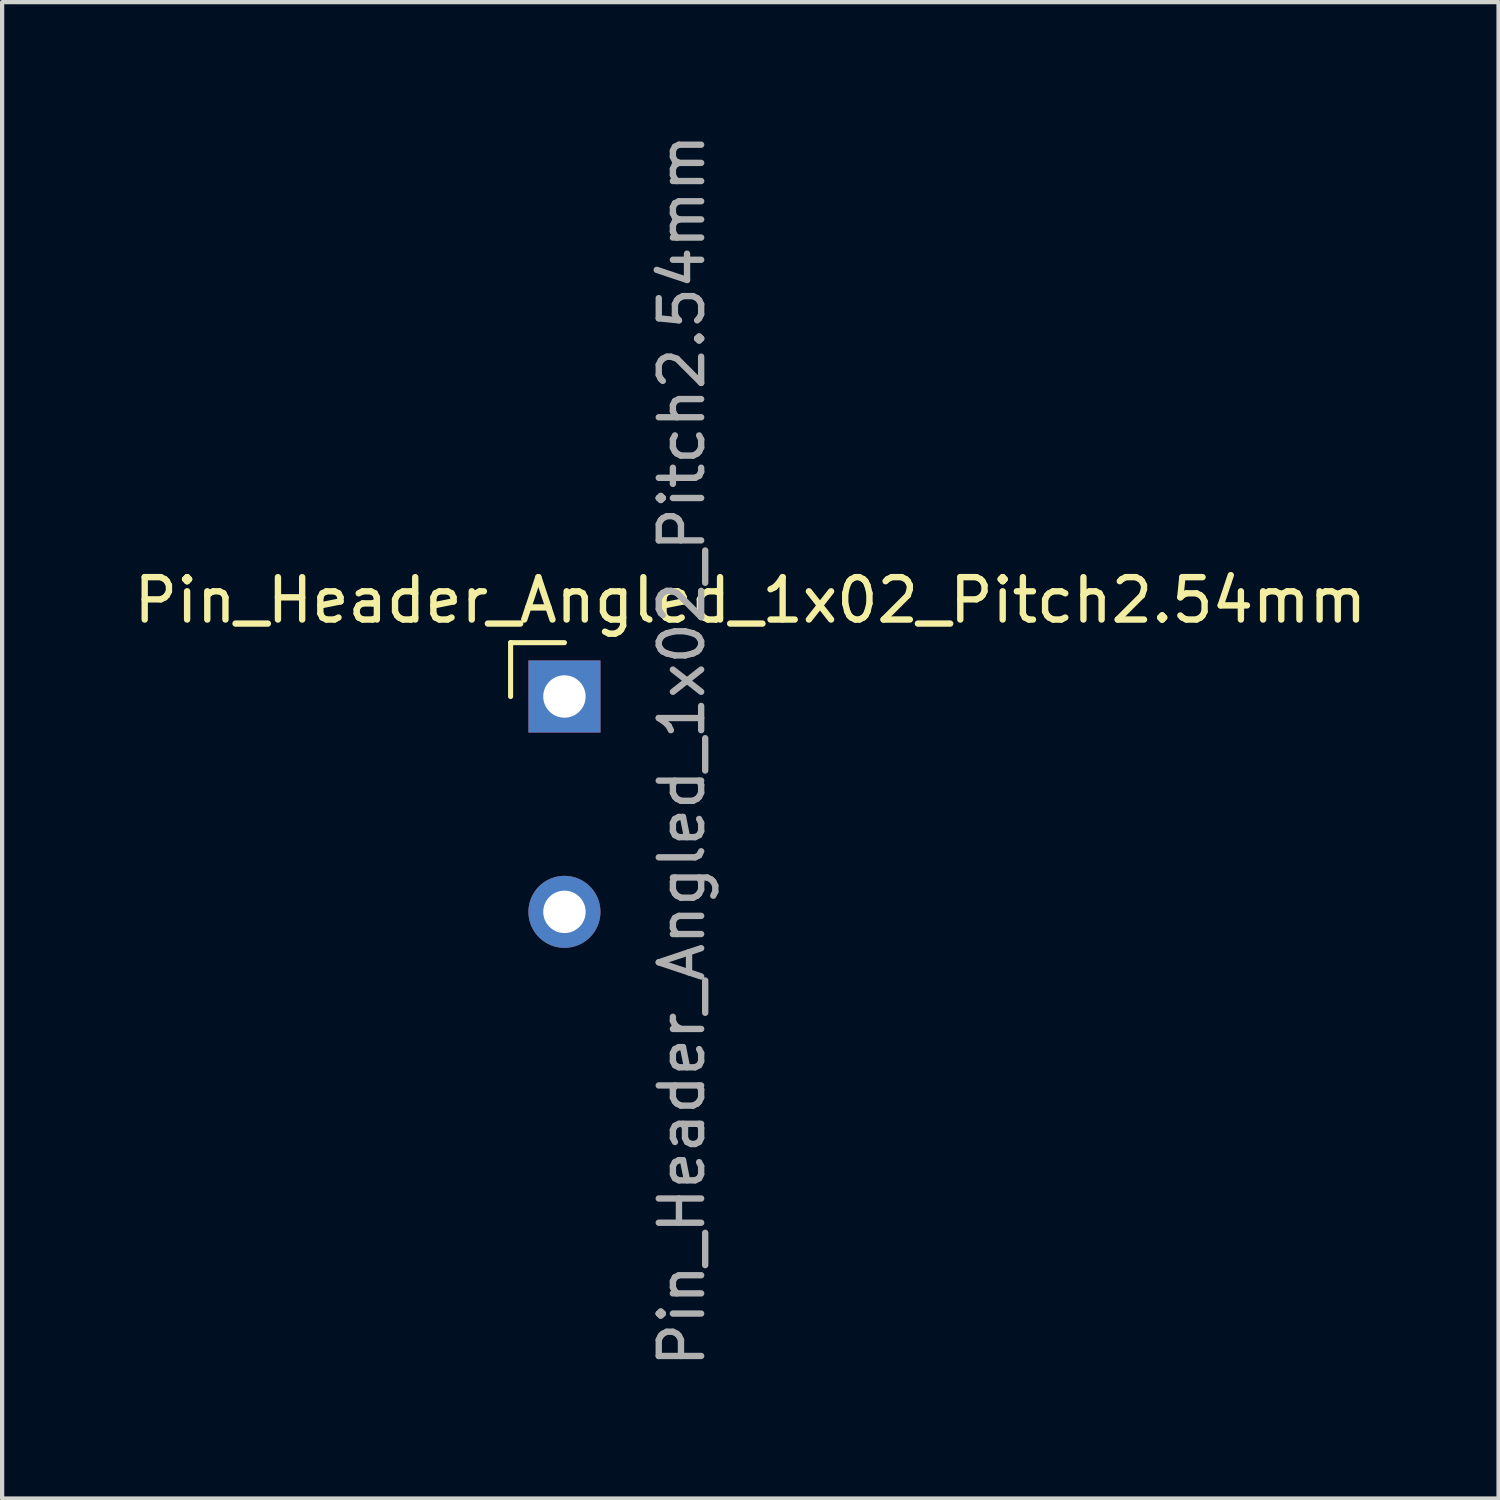
<source format=kicad_pcb>
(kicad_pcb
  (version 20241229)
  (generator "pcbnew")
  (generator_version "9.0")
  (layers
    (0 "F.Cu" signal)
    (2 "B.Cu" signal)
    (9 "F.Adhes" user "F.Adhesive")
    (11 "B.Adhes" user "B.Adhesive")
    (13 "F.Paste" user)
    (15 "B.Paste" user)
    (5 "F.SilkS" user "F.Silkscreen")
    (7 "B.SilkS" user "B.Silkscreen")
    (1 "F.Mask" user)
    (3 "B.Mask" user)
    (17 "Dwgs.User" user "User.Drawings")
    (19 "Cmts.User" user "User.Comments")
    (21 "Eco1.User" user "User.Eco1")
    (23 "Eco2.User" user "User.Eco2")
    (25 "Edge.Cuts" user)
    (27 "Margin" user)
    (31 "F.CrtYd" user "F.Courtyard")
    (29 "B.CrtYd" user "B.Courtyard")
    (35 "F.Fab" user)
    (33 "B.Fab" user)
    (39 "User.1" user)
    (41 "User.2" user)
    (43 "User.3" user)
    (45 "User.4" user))
  (footprint "Pin_Header_Angled_1x02_Pitch2.54mm"
    (layer "F.Cu")
    (at 10.264 13.379)
    (property "Reference" "Pin_Header_Angled_1x02_Pitch2.54mm" (at 4.385 -2.27 0) (layer "F.SilkS") (effects (font (size 1 1) (thickness 0.15))))
    (attr through_hole)
    (fp_line (start -1.27 -1.27) (end 0 -1.27) (stroke (width 0.12) (type solid)) (layer "F.SilkS"))
    (fp_line (start -1.27 0) (end -1.27 -1.27) (stroke (width 0.12) (type solid)) (layer "F.SilkS"))
    (fp_line (start -2.54 -2.032) (end 8.636 -2.032) (stroke (width 0.15) (type solid)) (layer "B.Paste"))
    (fp_line (start -2.54 6.604) (end -2.54 -2.032) (stroke (width 0.15) (type solid)) (layer "B.Paste"))
    (fp_line (start 8.636 -2.032) (end 8.636 6.604) (stroke (width 0.15) (type solid)) (layer "B.Paste"))
    (fp_line (start 8.636 6.604) (end -2.54 6.604) (stroke (width 0.15) (type solid)) (layer "B.Paste"))
    (fp_text user "${REFERENCE}" (at 2.77 1.27 90) (layer "F.Fab") (effects (font (size 1 1) (thickness 0.15))))
    (pad "1" thru_hole rect (at 0 0) (size 1.7 1.7) (drill 1) (layers "*.Cu" "*.Mask"))
    (pad "2" thru_hole oval (at 0 5.08) (size 1.7 1.7) (drill 1) (layers "*.Cu" "*.Mask")))
  (gr_rect
    (start -3 -3)
    (end 32.298 32.298)
    (stroke (width 0.1) (type default))
    (fill no)
    (layer "Edge.Cuts")))
</source>
